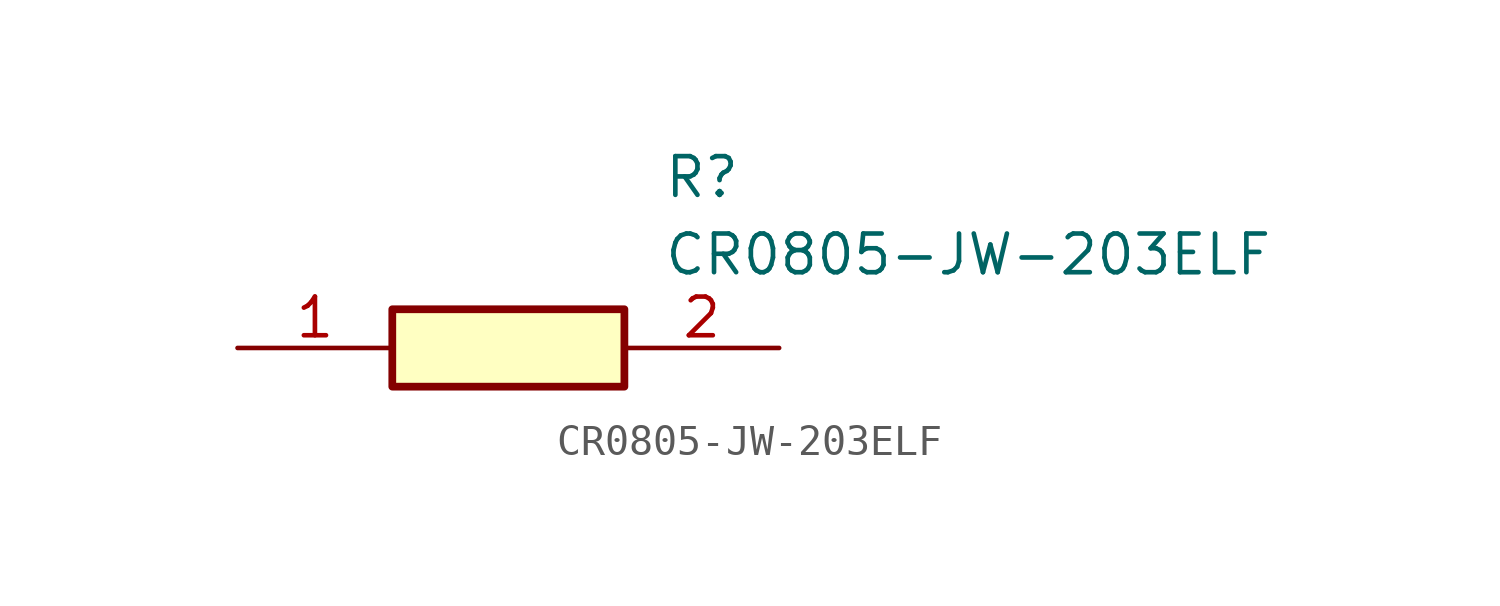
<source format=kicad_sym>
(kicad_symbol_lib
  (version 20211014)
  (generator SamacSys_ECAD_Model)
  (symbol "CR0805-JW-203ELF"
    (pin_names hide)
    (property "Reference" "R"
      (at 13.97 6.35 0)
      (effects (font (size 1.27 1.27)) (justify left top)))
    (property "Value" "CR0805-JW-203ELF"
      (at 13.97 3.81 0)
      (effects (font (size 1.27 1.27)) (justify left top)))
    (rectangle
      (start 5.08 1.27)
      (end 12.7 -1.27)
      (stroke (width 0.254) (type default))
      (fill (type background)))
    (pin passive line
      (at 0 0 0)
      (length 5.08)
      (name "1" (effects (font (size 1.27 1.27))))
      (number "1" (effects (font (size 1.27 1.27)))))
    (pin passive line
      (at 17.78 0 180)
      (length 5.08)
      (name "2" (effects (font (size 1.27 1.27))))
      (number "2" (effects (font (size 1.27 1.27)))))))
</source>
